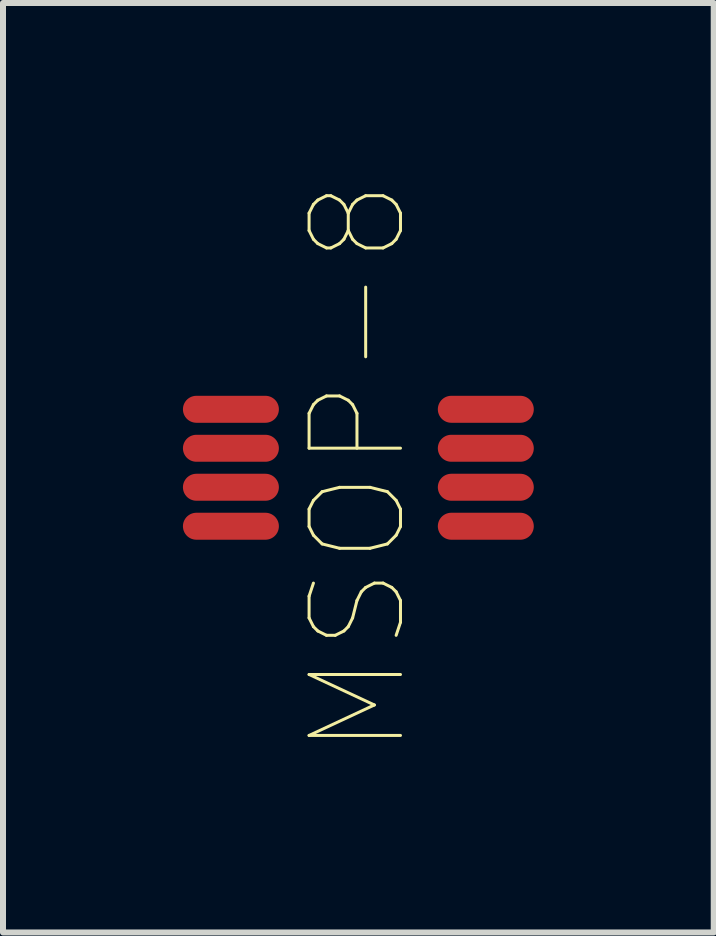
<source format=kicad_pcb>
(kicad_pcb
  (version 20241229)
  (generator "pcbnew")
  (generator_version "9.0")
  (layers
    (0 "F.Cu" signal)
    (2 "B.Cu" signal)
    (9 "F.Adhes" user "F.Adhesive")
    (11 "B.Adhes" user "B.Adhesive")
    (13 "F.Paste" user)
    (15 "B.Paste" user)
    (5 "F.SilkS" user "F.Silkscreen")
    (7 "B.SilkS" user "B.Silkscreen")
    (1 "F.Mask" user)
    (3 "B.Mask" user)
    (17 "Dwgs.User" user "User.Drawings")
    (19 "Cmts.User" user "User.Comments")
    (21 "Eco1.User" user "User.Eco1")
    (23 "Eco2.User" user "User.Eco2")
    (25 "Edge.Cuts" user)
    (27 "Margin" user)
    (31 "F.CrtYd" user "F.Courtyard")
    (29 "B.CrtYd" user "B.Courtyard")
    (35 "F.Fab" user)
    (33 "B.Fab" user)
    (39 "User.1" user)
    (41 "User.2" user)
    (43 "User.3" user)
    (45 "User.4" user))
  (footprint "MSOP-8"
    (layer "F.Cu")
    (at 2.925 4.749)
    (property "Reference" "MSOP-8" (at 0 0 90) (layer "F.SilkS") (effects (font (size 1.524 1.524) (thickness 0.05))))
    (attr smd)
    (pad "1" smd oval (at -2.125 -0.975 90) (size 0.45 1.6) (layers "F.Cu" "F.Mask" "F.Paste"))
    (pad "2" smd oval (at -2.125 -0.325 90) (size 0.45 1.6) (layers "F.Cu" "F.Mask" "F.Paste"))
    (pad "3" smd oval (at -2.125 0.325 90) (size 0.45 1.6) (layers "F.Cu" "F.Mask" "F.Paste"))
    (pad "4" smd oval (at -2.125 0.975 90) (size 0.45 1.6) (layers "F.Cu" "F.Mask" "F.Paste"))
    (pad "5" smd oval (at 2.125 0.975 90) (size 0.45 1.6) (layers "F.Cu" "F.Mask" "F.Paste"))
    (pad "6" smd oval (at 2.125 0.325 90) (size 0.45 1.6) (layers "F.Cu" "F.Mask" "F.Paste"))
    (pad "7" smd oval (at 2.125 -0.325 90) (size 0.45 1.6) (layers "F.Cu" "F.Mask" "F.Paste"))
    (pad "8" smd oval (at 2.125 -0.975 90) (size 0.45 1.6) (layers "F.Cu" "F.Mask" "F.Paste")))
  (gr_rect
    (start -3 -3)
    (end 8.85 12.497)
    (stroke (width 0.1) (type default))
    (fill no)
    (layer "Edge.Cuts")))
</source>
